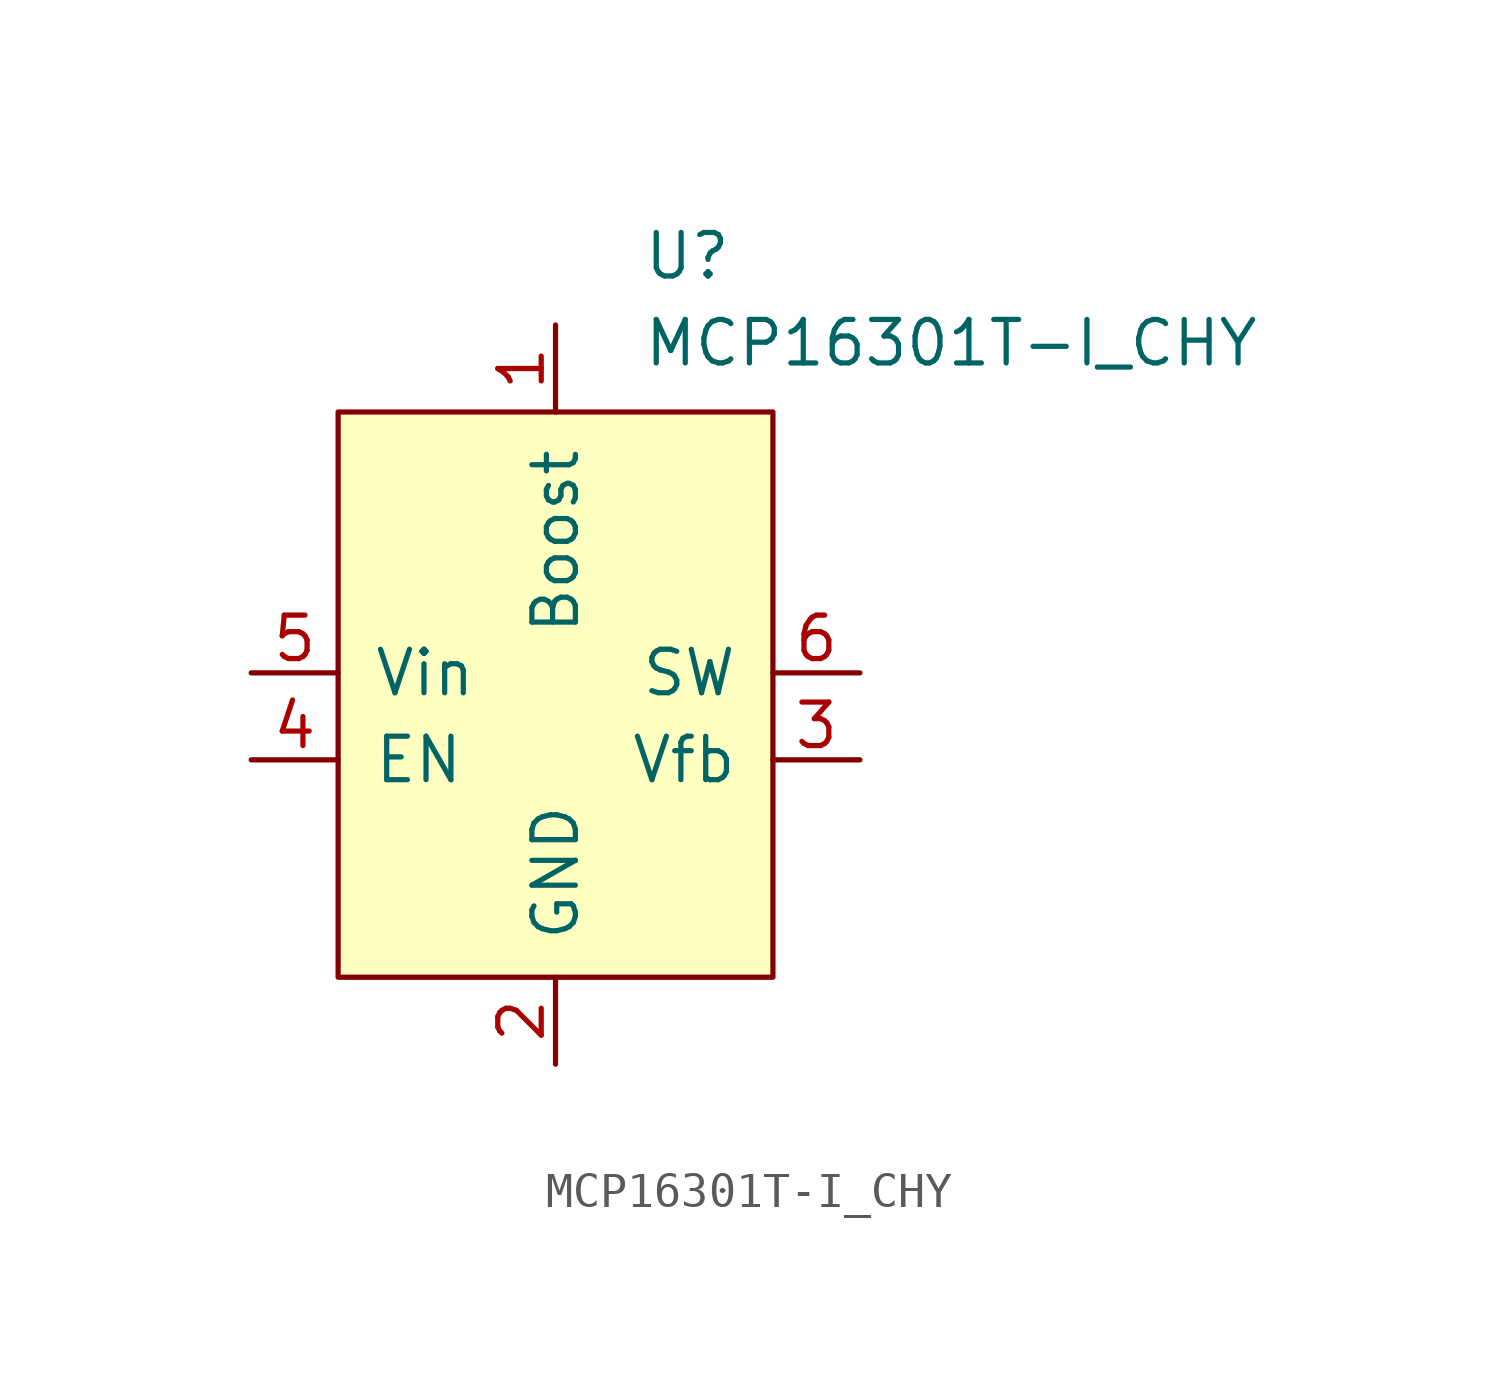
<source format=kicad_sym>
(kicad_symbol_lib
  (version 20220914)
  (generator kicad_symbol_editor)
  (symbol "MCP16301T-I_CHY"
    (pin_names
      (offset 1.016))
    (property "Reference" "U"
      (at 2.54 1.27 0)
      (effects (font (size 1.27 1.27)) (justify left bottom)))
    (property "Value" "MCP16301T-I_CHY"
      (at 2.54 -1.27 0)
      (effects (font (size 1.27 1.27)) (justify left bottom)))
    (symbol "MCP16301T-I_CHY_0_1"
      (rectangle (start -6.35 -2.54) (end 6.35 -19.05) (stroke (width 0) (type solid)) (fill (type background))))
    (symbol "MCP16301T-I_CHY_1_1"
      (pin output line (at 0 0 270) (length 2.54) (name "Boost" (effects (font (size 1.27 1.27)))) (number "1" (effects (font (size 1.27 1.27)))))
      (pin power_in line (at 0 -21.59 90) (length 2.54) (name "GND" (effects (font (size 1.27 1.27)))) (number "2" (effects (font (size 1.27 1.27)))))
      (pin input line (at 8.89 -12.7 180) (length 2.54) (name "Vfb" (effects (font (size 1.27 1.27)))) (number "3" (effects (font (size 1.27 1.27)))))
      (pin input line (at -8.89 -12.7 0) (length 2.54) (name "EN" (effects (font (size 1.27 1.27)))) (number "4" (effects (font (size 1.27 1.27)))))
      (pin power_in line (at -8.89 -10.16 0) (length 2.54) (name "Vin" (effects (font (size 1.27 1.27)))) (number "5" (effects (font (size 1.27 1.27)))))
      (pin output line (at 8.89 -10.16 180) (length 2.54) (name "SW" (effects (font (size 1.27 1.27)))) (number "6" (effects (font (size 1.27 1.27))))))))
</source>
